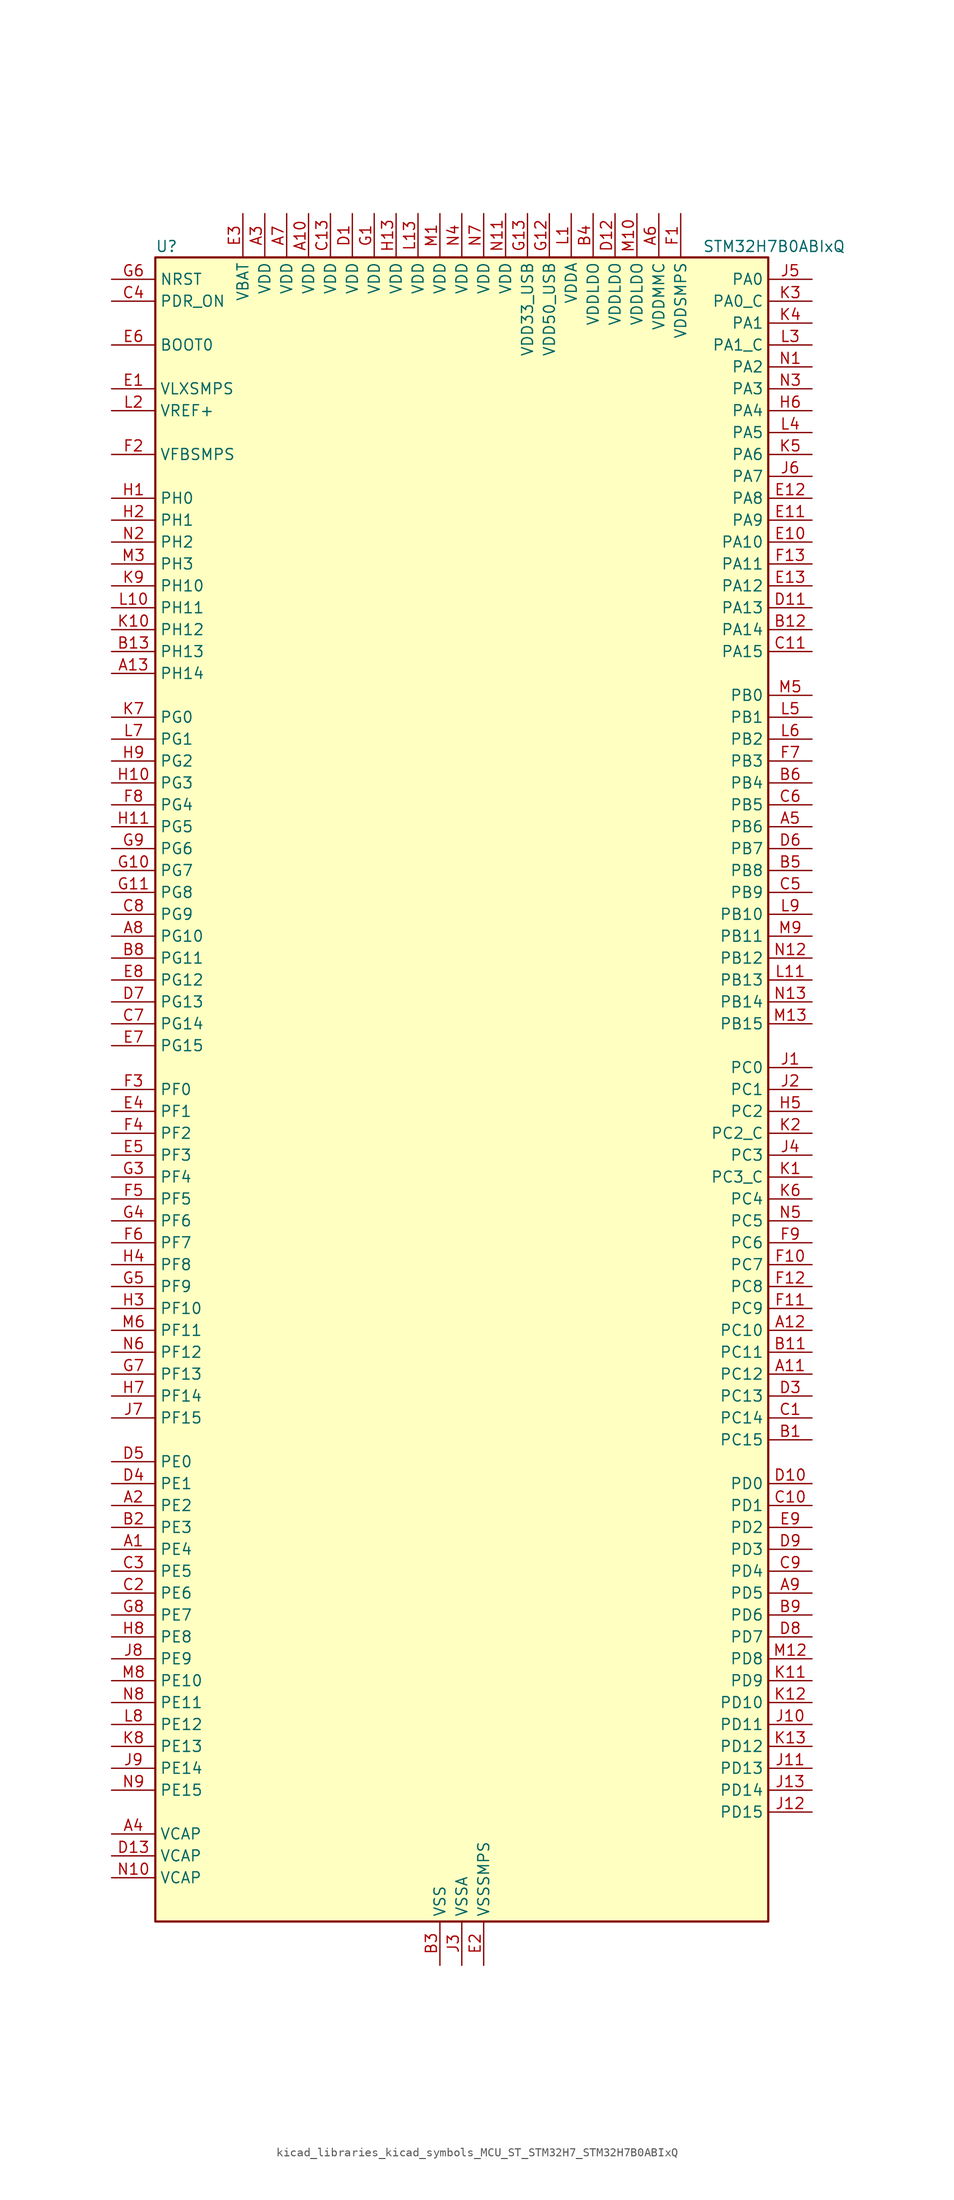
<source format=kicad_sym>
(kicad_symbol_lib
  (version 20220914)
  (generator kicad_symbol_editor)
  (symbol "kicad_libraries_kicad_symbols_MCU_ST_STM32H7_STM32H7B0ABIxQ"
    (property "Reference" "U"
      (at -35.56 97.79 0)
      (effects (font (size 1.27 1.27)) (justify left)))
    (property "Value" "STM32H7B0ABIxQ"
      (at 27.94 97.79 0)
      (effects (font (size 1.27 1.27)) (justify left)))
    (property "ki_locked" ""
      (at 0 0 0)
      (effects (font (size 1.27 1.27))))
    (symbol "kicad_libraries_kicad_symbols_MCU_ST_STM32H7_STM32H7B0ABIxQ_0_1"
      (rectangle (start -35.56 -96.52) (end 35.56 96.52) (stroke (width 0.254) (type default)) (fill (type background))))
    (symbol "kicad_libraries_kicad_symbols_MCU_ST_STM32H7_STM32H7B0ABIxQ_1_1"
      (pin bidirectional line (at -40.64 -53.34 0) (length 5.08) (name "PE4" (effects (font (size 1.27 1.27)))) (number "A1" (effects (font (size 1.27 1.27)))) (alternate "DCMI_D4" bidirectional line) (alternate "DEBUG_TRACED1" bidirectional line) (alternate "DFSDM1_DATIN3" bidirectional line) (alternate "FMC_A20" bidirectional line) (alternate "LTDC_B0" bidirectional line) (alternate "PSSI_D4" bidirectional line) (alternate "SAI1_D2" bidirectional line) (alternate "SAI1_FS_A" bidirectional line) (alternate "SPI4_NSS" bidirectional line) (alternate "TIM15_CH1N" bidirectional line))
      (pin power_in line (at -17.78 101.6 270) (length 5.08) (name "VDD" (effects (font (size 1.27 1.27)))) (number "A10" (effects (font (size 1.27 1.27)))))
      (pin bidirectional line (at 40.64 -33.02 180) (length 5.08) (name "PC12" (effects (font (size 1.27 1.27)))) (number "A11" (effects (font (size 1.27 1.27)))) (alternate "DCMI_D9" bidirectional line) (alternate "DEBUG_TRACED3" bidirectional line) (alternate "DFSDM2_CKOUT" bidirectional line) (alternate "I2S3_SDO" bidirectional line) (alternate "I2S6_CK" bidirectional line) (alternate "LTDC_R6" bidirectional line) (alternate "PSSI_D9" bidirectional line) (alternate "SDMMC1_CK" bidirectional line) (alternate "SPI3_MOSI" bidirectional line) (alternate "SPI6_SCK" bidirectional line) (alternate "TIM15_CH1" bidirectional line) (alternate "UART5_TX" bidirectional line) (alternate "USART3_CK" bidirectional line))
      (pin bidirectional line (at 40.64 -27.94 180) (length 5.08) (name "PC10" (effects (font (size 1.27 1.27)))) (number "A12" (effects (font (size 1.27 1.27)))) (alternate "DCMI_D8" bidirectional line) (alternate "DFSDM1_CKIN5" bidirectional line) (alternate "DFSDM2_CKIN0" bidirectional line) (alternate "I2S3_CK" bidirectional line) (alternate "LTDC_B1" bidirectional line) (alternate "LTDC_R2" bidirectional line) (alternate "OCTOSPIM_P1_IO1" bidirectional line) (alternate "PSSI_D8" bidirectional line) (alternate "SDMMC1_D2" bidirectional line) (alternate "SPI3_SCK" bidirectional line) (alternate "SWPMI1_RX" bidirectional line) (alternate "UART4_TX" bidirectional line) (alternate "USART3_TX" bidirectional line))
      (pin bidirectional line (at -40.64 48.26 0) (length 5.08) (name "PH14" (effects (font (size 1.27 1.27)))) (number "A13" (effects (font (size 1.27 1.27)))) (alternate "DCMI_D4" bidirectional line) (alternate "FDCAN1_RX" bidirectional line) (alternate "FMC_D22" bidirectional line) (alternate "LTDC_G3" bidirectional line) (alternate "PSSI_D4" bidirectional line) (alternate "TIM8_CH2N" bidirectional line) (alternate "UART4_RX" bidirectional line))
      (pin bidirectional line (at -40.64 -48.26 0) (length 5.08) (name "PE2" (effects (font (size 1.27 1.27)))) (number "A2" (effects (font (size 1.27 1.27)))) (alternate "DEBUG_TRACECLK" bidirectional line) (alternate "FMC_A23" bidirectional line) (alternate "OCTOSPIM_P1_IO2" bidirectional line) (alternate "SAI1_CK1" bidirectional line) (alternate "SAI1_MCLK_A" bidirectional line) (alternate "SPI4_SCK" bidirectional line) (alternate "USART10_RX" bidirectional line))
      (pin power_in line (at -22.86 101.6 270) (length 5.08) (name "VDD" (effects (font (size 1.27 1.27)))) (number "A3" (effects (font (size 1.27 1.27)))))
      (pin power_out line (at -40.64 -86.36 0) (length 5.08) (name "VCAP" (effects (font (size 1.27 1.27)))) (number "A4" (effects (font (size 1.27 1.27)))))
      (pin bidirectional line (at 40.64 30.48 180) (length 5.08) (name "PB6" (effects (font (size 1.27 1.27)))) (number "A5" (effects (font (size 1.27 1.27)))) (alternate "CEC" bidirectional line) (alternate "DCMI_D5" bidirectional line) (alternate "DFSDM1_DATIN5" bidirectional line) (alternate "FDCAN2_TX" bidirectional line) (alternate "FMC_SDNE1" bidirectional line) (alternate "I2C1_SCL" bidirectional line) (alternate "I2C4_SCL" bidirectional line) (alternate "LPUART1_TX" bidirectional line) (alternate "OCTOSPIM_P1_NCS" bidirectional line) (alternate "PSSI_D5" bidirectional line) (alternate "TIM16_CH1N" bidirectional line) (alternate "TIM4_CH1" bidirectional line) (alternate "UART5_TX" bidirectional line) (alternate "USART1_TX" bidirectional line))
      (pin power_in line (at 22.86 101.6 270) (length 5.08) (name "VDDMMC" (effects (font (size 1.27 1.27)))) (number "A6" (effects (font (size 1.27 1.27)))))
      (pin power_in line (at -20.32 101.6 270) (length 5.08) (name "VDD" (effects (font (size 1.27 1.27)))) (number "A7" (effects (font (size 1.27 1.27)))))
      (pin bidirectional line (at -40.64 17.78 0) (length 5.08) (name "PG10" (effects (font (size 1.27 1.27)))) (number "A8" (effects (font (size 1.27 1.27)))) (alternate "DCMI_D2" bidirectional line) (alternate "FMC_NE3" bidirectional line) (alternate "I2S1_WS" bidirectional line) (alternate "LTDC_B2" bidirectional line) (alternate "LTDC_G3" bidirectional line) (alternate "OCTOSPIM_P2_IO6" bidirectional line) (alternate "PSSI_D2" bidirectional line) (alternate "SAI2_SD_B" bidirectional line) (alternate "SDMMC2_D1" bidirectional line) (alternate "SPI1_NSS" bidirectional line))
      (pin bidirectional line (at 40.64 -58.42 180) (length 5.08) (name "PD5" (effects (font (size 1.27 1.27)))) (number "A9" (effects (font (size 1.27 1.27)))) (alternate "FMC_NWE" bidirectional line) (alternate "OCTOSPIM_P1_IO5" bidirectional line) (alternate "USART2_TX" bidirectional line))
      (pin bidirectional line (at 40.64 -40.64 180) (length 5.08) (name "PC15" (effects (font (size 1.27 1.27)))) (number "B1" (effects (font (size 1.27 1.27)))) (alternate "ADC1_EXTI15" bidirectional line) (alternate "ADC2_EXTI15" bidirectional line) (alternate "RCC_OSC32_OUT" bidirectional line))
      (pin passive line (at -2.54 -101.6 90) (length 5.08) hide (name "VSS" (effects (font (size 1.27 1.27)))) (number "B10" (effects (font (size 1.27 1.27)))))
      (pin bidirectional line (at 40.64 -30.48 180) (length 5.08) (name "PC11" (effects (font (size 1.27 1.27)))) (number "B11" (effects (font (size 1.27 1.27)))) (alternate "ADC1_EXTI11" bidirectional line) (alternate "ADC2_EXTI11" bidirectional line) (alternate "DCMI_D4" bidirectional line) (alternate "DFSDM1_DATIN5" bidirectional line) (alternate "DFSDM2_DATIN0" bidirectional line) (alternate "I2S3_SDI" bidirectional line) (alternate "LTDC_B4" bidirectional line) (alternate "OCTOSPIM_P1_NCS" bidirectional line) (alternate "PSSI_D4" bidirectional line) (alternate "SDMMC1_D3" bidirectional line) (alternate "SPI3_MISO" bidirectional line) (alternate "UART4_RX" bidirectional line) (alternate "USART3_RX" bidirectional line))
      (pin bidirectional line (at 40.64 53.34 180) (length 5.08) (name "PA14" (effects (font (size 1.27 1.27)))) (number "B12" (effects (font (size 1.27 1.27)))) (alternate "DEBUG_JTCK-SWCLK" bidirectional line))
      (pin bidirectional line (at -40.64 50.8 0) (length 5.08) (name "PH13" (effects (font (size 1.27 1.27)))) (number "B13" (effects (font (size 1.27 1.27)))) (alternate "FDCAN1_TX" bidirectional line) (alternate "FMC_D21" bidirectional line) (alternate "LTDC_G2" bidirectional line) (alternate "TIM8_CH1N" bidirectional line) (alternate "UART4_TX" bidirectional line))
      (pin bidirectional line (at -40.64 -50.8 0) (length 5.08) (name "PE3" (effects (font (size 1.27 1.27)))) (number "B2" (effects (font (size 1.27 1.27)))) (alternate "DEBUG_TRACED0" bidirectional line) (alternate "FMC_A19" bidirectional line) (alternate "SAI1_SD_B" bidirectional line) (alternate "TIM15_BKIN" bidirectional line) (alternate "USART10_TX" bidirectional line))
      (pin power_in line (at -2.54 -101.6 90) (length 5.08) (name "VSS" (effects (font (size 1.27 1.27)))) (number "B3" (effects (font (size 1.27 1.27)))))
      (pin power_in line (at 15.24 101.6 270) (length 5.08) (name "VDDLDO" (effects (font (size 1.27 1.27)))) (number "B4" (effects (font (size 1.27 1.27)))))
      (pin bidirectional line (at 40.64 25.4 180) (length 5.08) (name "PB8" (effects (font (size 1.27 1.27)))) (number "B5" (effects (font (size 1.27 1.27)))) (alternate "DCMI_D6" bidirectional line) (alternate "DFSDM1_CKIN7" bidirectional line) (alternate "FDCAN1_RX" bidirectional line) (alternate "I2C1_SCL" bidirectional line) (alternate "I2C4_SCL" bidirectional line) (alternate "LTDC_B6" bidirectional line) (alternate "PSSI_D6" bidirectional line) (alternate "SDMMC1_CKIN" bidirectional line) (alternate "SDMMC1_D4" bidirectional line) (alternate "SDMMC2_D4" bidirectional line) (alternate "TIM16_CH1" bidirectional line) (alternate "TIM4_CH3" bidirectional line) (alternate "UART4_RX" bidirectional line))
      (pin bidirectional line (at 40.64 35.56 180) (length 5.08) (name "PB4" (effects (font (size 1.27 1.27)))) (number "B6" (effects (font (size 1.27 1.27)))) (alternate "DEBUG_JTRST" bidirectional line) (alternate "I2S1_SDI" bidirectional line) (alternate "I2S2_WS" bidirectional line) (alternate "I2S3_SDI" bidirectional line) (alternate "I2S6_SDI" bidirectional line) (alternate "SDMMC2_D3" bidirectional line) (alternate "SPI1_MISO" bidirectional line) (alternate "SPI2_NSS" bidirectional line) (alternate "SPI3_MISO" bidirectional line) (alternate "SPI6_MISO" bidirectional line) (alternate "TIM16_BKIN" bidirectional line) (alternate "TIM3_CH1" bidirectional line) (alternate "UART7_TX" bidirectional line))
      (pin passive line (at -2.54 -101.6 90) (length 5.08) hide (name "VSS" (effects (font (size 1.27 1.27)))) (number "B7" (effects (font (size 1.27 1.27)))))
      (pin bidirectional line (at -40.64 15.24 0) (length 5.08) (name "PG11" (effects (font (size 1.27 1.27)))) (number "B8" (effects (font (size 1.27 1.27)))) (alternate "ADC1_EXTI11" bidirectional line) (alternate "ADC2_EXTI11" bidirectional line) (alternate "DCMI_D3" bidirectional line) (alternate "I2S1_CK" bidirectional line) (alternate "LPTIM1_IN2" bidirectional line) (alternate "LTDC_B3" bidirectional line) (alternate "OCTOSPIM_P2_IO7" bidirectional line) (alternate "PSSI_D3" bidirectional line) (alternate "SDMMC2_D2" bidirectional line) (alternate "SPDIFRX_IN0" bidirectional line) (alternate "SPI1_SCK" bidirectional line) (alternate "USART10_RX" bidirectional line))
      (pin bidirectional line (at 40.64 -60.96 180) (length 5.08) (name "PD6" (effects (font (size 1.27 1.27)))) (number "B9" (effects (font (size 1.27 1.27)))) (alternate "DCMI_D10" bidirectional line) (alternate "DFSDM1_CKIN4" bidirectional line) (alternate "DFSDM1_DATIN1" bidirectional line) (alternate "FMC_NWAIT" bidirectional line) (alternate "I2S3_SDO" bidirectional line) (alternate "LTDC_B2" bidirectional line) (alternate "OCTOSPIM_P1_IO6" bidirectional line) (alternate "PSSI_D10" bidirectional line) (alternate "SAI1_D1" bidirectional line) (alternate "SAI1_SD_A" bidirectional line) (alternate "SDMMC2_CK" bidirectional line) (alternate "SPI3_MOSI" bidirectional line) (alternate "USART2_RX" bidirectional line))
      (pin bidirectional line (at 40.64 -38.1 180) (length 5.08) (name "PC14" (effects (font (size 1.27 1.27)))) (number "C1" (effects (font (size 1.27 1.27)))) (alternate "RCC_OSC32_IN" bidirectional line))
      (pin bidirectional line (at 40.64 -48.26 180) (length 5.08) (name "PD1" (effects (font (size 1.27 1.27)))) (number "C10" (effects (font (size 1.27 1.27)))) (alternate "DFSDM1_DATIN6" bidirectional line) (alternate "FDCAN1_TX" bidirectional line) (alternate "FMC_D3" bidirectional line) (alternate "FMC_DA3" bidirectional line) (alternate "UART4_TX" bidirectional line))
      (pin bidirectional line (at 40.64 50.8 180) (length 5.08) (name "PA15" (effects (font (size 1.27 1.27)))) (number "C11" (effects (font (size 1.27 1.27)))) (alternate "ADC1_EXTI15" bidirectional line) (alternate "ADC2_EXTI15" bidirectional line) (alternate "CEC" bidirectional line) (alternate "DEBUG_JTDI" bidirectional line) (alternate "I2S1_WS" bidirectional line) (alternate "I2S3_WS" bidirectional line) (alternate "I2S6_WS" bidirectional line) (alternate "LTDC_B6" bidirectional line) (alternate "LTDC_R3" bidirectional line) (alternate "SPI1_NSS" bidirectional line) (alternate "SPI3_NSS" bidirectional line) (alternate "SPI6_NSS" bidirectional line) (alternate "TIM2_CH1" bidirectional line) (alternate "TIM2_ETR" bidirectional line) (alternate "UART4_DE" bidirectional line) (alternate "UART4_RTS" bidirectional line) (alternate "UART7_TX" bidirectional line))
      (pin passive line (at -2.54 -101.6 90) (length 5.08) hide (name "VSS" (effects (font (size 1.27 1.27)))) (number "C12" (effects (font (size 1.27 1.27)))))
      (pin power_in line (at -15.24 101.6 270) (length 5.08) (name "VDD" (effects (font (size 1.27 1.27)))) (number "C13" (effects (font (size 1.27 1.27)))))
      (pin bidirectional line (at -40.64 -58.42 0) (length 5.08) (name "PE6" (effects (font (size 1.27 1.27)))) (number "C2" (effects (font (size 1.27 1.27)))) (alternate "DCMI_D7" bidirectional line) (alternate "DEBUG_TRACED3" bidirectional line) (alternate "FMC_A22" bidirectional line) (alternate "LTDC_G1" bidirectional line) (alternate "PSSI_D7" bidirectional line) (alternate "SAI1_D1" bidirectional line) (alternate "SAI1_SD_A" bidirectional line) (alternate "SAI2_MCLK_B" bidirectional line) (alternate "SPI4_MOSI" bidirectional line) (alternate "TIM15_CH2" bidirectional line) (alternate "TIM1_BKIN2" bidirectional line) (alternate "TIM1_BKIN2_COMP1" bidirectional line) (alternate "TIM1_BKIN2_COMP2" bidirectional line))
      (pin bidirectional line (at -40.64 -55.88 0) (length 5.08) (name "PE5" (effects (font (size 1.27 1.27)))) (number "C3" (effects (font (size 1.27 1.27)))) (alternate "DCMI_D6" bidirectional line) (alternate "DEBUG_TRACED2" bidirectional line) (alternate "DFSDM1_CKIN3" bidirectional line) (alternate "FMC_A21" bidirectional line) (alternate "LTDC_G0" bidirectional line) (alternate "PSSI_D6" bidirectional line) (alternate "SAI1_CK2" bidirectional line) (alternate "SAI1_SCK_A" bidirectional line) (alternate "SPI4_MISO" bidirectional line) (alternate "TIM15_CH1" bidirectional line))
      (pin input line (at -40.64 91.44 0) (length 5.08) (name "PDR_ON" (effects (font (size 1.27 1.27)))) (number "C4" (effects (font (size 1.27 1.27)))))
      (pin bidirectional line (at 40.64 22.86 180) (length 5.08) (name "PB9" (effects (font (size 1.27 1.27)))) (number "C5" (effects (font (size 1.27 1.27)))) (alternate "DAC1_EXTI9" bidirectional line) (alternate "DCMI_D7" bidirectional line) (alternate "DFSDM1_DATIN7" bidirectional line) (alternate "FDCAN1_TX" bidirectional line) (alternate "I2C1_SDA" bidirectional line) (alternate "I2C4_SDA" bidirectional line) (alternate "I2C4_SMBA" bidirectional line) (alternate "I2S2_WS" bidirectional line) (alternate "LTDC_B7" bidirectional line) (alternate "PSSI_D7" bidirectional line) (alternate "SDMMC1_CDIR" bidirectional line) (alternate "SDMMC1_D5" bidirectional line) (alternate "SDMMC2_D5" bidirectional line) (alternate "SPI2_NSS" bidirectional line) (alternate "TIM17_CH1" bidirectional line) (alternate "TIM4_CH4" bidirectional line) (alternate "UART4_TX" bidirectional line))
      (pin bidirectional line (at 40.64 33.02 180) (length 5.08) (name "PB5" (effects (font (size 1.27 1.27)))) (number "C6" (effects (font (size 1.27 1.27)))) (alternate "DCMI_D10" bidirectional line) (alternate "FDCAN2_RX" bidirectional line) (alternate "FMC_SDCKE1" bidirectional line) (alternate "I2C1_SMBA" bidirectional line) (alternate "I2C4_SMBA" bidirectional line) (alternate "I2S1_SDO" bidirectional line) (alternate "I2S3_SDO" bidirectional line) (alternate "I2S6_SDO" bidirectional line) (alternate "LTDC_B5" bidirectional line) (alternate "PSSI_D10" bidirectional line) (alternate "SPI1_MOSI" bidirectional line) (alternate "SPI3_MOSI" bidirectional line) (alternate "SPI6_MOSI" bidirectional line) (alternate "TIM17_BKIN" bidirectional line) (alternate "TIM3_CH2" bidirectional line) (alternate "UART5_RX" bidirectional line) (alternate "USB_OTG_HS_ULPI_D7" bidirectional line))
      (pin bidirectional line (at -40.64 7.62 0) (length 5.08) (name "PG14" (effects (font (size 1.27 1.27)))) (number "C7" (effects (font (size 1.27 1.27)))) (alternate "DEBUG_TRACED1" bidirectional line) (alternate "FMC_A25" bidirectional line) (alternate "I2S6_SDO" bidirectional line) (alternate "LPTIM1_ETR" bidirectional line) (alternate "LTDC_B0" bidirectional line) (alternate "OCTOSPIM_P1_IO7" bidirectional line) (alternate "SDMMC2_D7" bidirectional line) (alternate "SPI6_MOSI" bidirectional line) (alternate "USART10_DE" bidirectional line) (alternate "USART10_RTS" bidirectional line) (alternate "USART6_TX" bidirectional line))
      (pin bidirectional line (at -40.64 20.32 0) (length 5.08) (name "PG9" (effects (font (size 1.27 1.27)))) (number "C8" (effects (font (size 1.27 1.27)))) (alternate "DAC1_EXTI9" bidirectional line) (alternate "DCMI_VSYNC" bidirectional line) (alternate "FMC_NCE" bidirectional line) (alternate "FMC_NE2" bidirectional line) (alternate "I2S1_SDI" bidirectional line) (alternate "OCTOSPIM_P1_IO6" bidirectional line) (alternate "PSSI_RDY" bidirectional line) (alternate "SAI2_FS_B" bidirectional line) (alternate "SDMMC2_D0" bidirectional line) (alternate "SPDIFRX_IN3" bidirectional line) (alternate "SPI1_MISO" bidirectional line) (alternate "USART6_RX" bidirectional line))
      (pin bidirectional line (at 40.64 -55.88 180) (length 5.08) (name "PD4" (effects (font (size 1.27 1.27)))) (number "C9" (effects (font (size 1.27 1.27)))) (alternate "FMC_NOE" bidirectional line) (alternate "OCTOSPIM_P1_IO4" bidirectional line) (alternate "USART2_DE" bidirectional line) (alternate "USART2_RTS" bidirectional line))
      (pin power_in line (at -12.7 101.6 270) (length 5.08) (name "VDD" (effects (font (size 1.27 1.27)))) (number "D1" (effects (font (size 1.27 1.27)))))
      (pin bidirectional line (at 40.64 -45.72 180) (length 5.08) (name "PD0" (effects (font (size 1.27 1.27)))) (number "D10" (effects (font (size 1.27 1.27)))) (alternate "DFSDM1_CKIN6" bidirectional line) (alternate "FDCAN1_RX" bidirectional line) (alternate "FMC_D2" bidirectional line) (alternate "FMC_DA2" bidirectional line) (alternate "LTDC_B1" bidirectional line) (alternate "UART4_RX" bidirectional line) (alternate "UART9_CTS" bidirectional line))
      (pin bidirectional line (at 40.64 55.88 180) (length 5.08) (name "PA13" (effects (font (size 1.27 1.27)))) (number "D11" (effects (font (size 1.27 1.27)))) (alternate "DEBUG_JTMS-SWDIO" bidirectional line))
      (pin power_in line (at 17.78 101.6 270) (length 5.08) (name "VDDLDO" (effects (font (size 1.27 1.27)))) (number "D12" (effects (font (size 1.27 1.27)))))
      (pin power_out line (at -40.64 -88.9 0) (length 5.08) (name "VCAP" (effects (font (size 1.27 1.27)))) (number "D13" (effects (font (size 1.27 1.27)))))
      (pin passive line (at -2.54 -101.6 90) (length 5.08) hide (name "VSS" (effects (font (size 1.27 1.27)))) (number "D2" (effects (font (size 1.27 1.27)))))
      (pin bidirectional line (at 40.64 -35.56 180) (length 5.08) (name "PC13" (effects (font (size 1.27 1.27)))) (number "D3" (effects (font (size 1.27 1.27)))) (alternate "PWR_WKUP4" bidirectional line) (alternate "RTC_OUT_ALARM" bidirectional line) (alternate "RTC_OUT_CALIB" bidirectional line) (alternate "RTC_TAMP1" bidirectional line) (alternate "RTC_TS" bidirectional line))
      (pin bidirectional line (at -40.64 -45.72 0) (length 5.08) (name "PE1" (effects (font (size 1.27 1.27)))) (number "D4" (effects (font (size 1.27 1.27)))) (alternate "DCMI_D3" bidirectional line) (alternate "FMC_NBL1" bidirectional line) (alternate "LPTIM1_IN2" bidirectional line) (alternate "LTDC_R6" bidirectional line) (alternate "PSSI_D3" bidirectional line) (alternate "UART8_TX" bidirectional line))
      (pin bidirectional line (at -40.64 -43.18 0) (length 5.08) (name "PE0" (effects (font (size 1.27 1.27)))) (number "D5" (effects (font (size 1.27 1.27)))) (alternate "DCMI_D2" bidirectional line) (alternate "FMC_NBL0" bidirectional line) (alternate "LPTIM1_ETR" bidirectional line) (alternate "LPTIM2_ETR" bidirectional line) (alternate "LTDC_R0" bidirectional line) (alternate "PSSI_D2" bidirectional line) (alternate "SAI2_MCLK_A" bidirectional line) (alternate "TIM4_ETR" bidirectional line) (alternate "UART8_RX" bidirectional line))
      (pin bidirectional line (at 40.64 27.94 180) (length 5.08) (name "PB7" (effects (font (size 1.27 1.27)))) (number "D6" (effects (font (size 1.27 1.27)))) (alternate "DCMI_VSYNC" bidirectional line) (alternate "DFSDM1_CKIN5" bidirectional line) (alternate "FMC_NL" bidirectional line) (alternate "I2C1_SDA" bidirectional line) (alternate "I2C4_SDA" bidirectional line) (alternate "LPUART1_RX" bidirectional line) (alternate "PSSI_RDY" bidirectional line) (alternate "PWR_PVD_IN" bidirectional line) (alternate "TIM17_CH1N" bidirectional line) (alternate "TIM4_CH2" bidirectional line) (alternate "USART1_RX" bidirectional line))
      (pin bidirectional line (at -40.64 10.16 0) (length 5.08) (name "PG13" (effects (font (size 1.27 1.27)))) (number "D7" (effects (font (size 1.27 1.27)))) (alternate "DEBUG_TRACED0" bidirectional line) (alternate "FMC_A24" bidirectional line) (alternate "I2S6_CK" bidirectional line) (alternate "LPTIM1_OUT" bidirectional line) (alternate "LTDC_R0" bidirectional line) (alternate "SDMMC2_D6" bidirectional line) (alternate "SPI6_SCK" bidirectional line) (alternate "USART10_CTS" bidirectional line) (alternate "USART10_NSS" bidirectional line) (alternate "USART6_CTS" bidirectional line) (alternate "USART6_NSS" bidirectional line))
      (pin bidirectional line (at 40.64 -63.5 180) (length 5.08) (name "PD7" (effects (font (size 1.27 1.27)))) (number "D8" (effects (font (size 1.27 1.27)))) (alternate "DFSDM1_CKIN1" bidirectional line) (alternate "DFSDM1_DATIN4" bidirectional line) (alternate "FMC_NE1" bidirectional line) (alternate "I2S1_SDO" bidirectional line) (alternate "OCTOSPIM_P1_IO7" bidirectional line) (alternate "SDMMC2_CMD" bidirectional line) (alternate "SPDIFRX_IN0" bidirectional line) (alternate "SPI1_MOSI" bidirectional line) (alternate "USART2_CK" bidirectional line))
      (pin bidirectional line (at 40.64 -53.34 180) (length 5.08) (name "PD3" (effects (font (size 1.27 1.27)))) (number "D9" (effects (font (size 1.27 1.27)))) (alternate "DCMI_D5" bidirectional line) (alternate "DFSDM1_CKOUT" bidirectional line) (alternate "FMC_CLK" bidirectional line) (alternate "I2S2_CK" bidirectional line) (alternate "LTDC_G7" bidirectional line) (alternate "PSSI_D5" bidirectional line) (alternate "SPI2_SCK" bidirectional line) (alternate "USART2_CTS" bidirectional line) (alternate "USART2_NSS" bidirectional line))
      (pin power_in line (at -40.64 81.28 0) (length 5.08) (name "VLXSMPS" (effects (font (size 1.27 1.27)))) (number "E1" (effects (font (size 1.27 1.27)))))
      (pin bidirectional line (at 40.64 63.5 180) (length 5.08) (name "PA10" (effects (font (size 1.27 1.27)))) (number "E10" (effects (font (size 1.27 1.27)))) (alternate "DCMI_D1" bidirectional line) (alternate "LPUART1_RX" bidirectional line) (alternate "LTDC_B1" bidirectional line) (alternate "LTDC_B4" bidirectional line) (alternate "MDIOS_MDIO" bidirectional line) (alternate "PSSI_D1" bidirectional line) (alternate "TIM1_CH3" bidirectional line) (alternate "USART1_RX" bidirectional line) (alternate "USB_OTG_HS_ID" bidirectional line))
      (pin bidirectional line (at 40.64 66.04 180) (length 5.08) (name "PA9" (effects (font (size 1.27 1.27)))) (number "E11" (effects (font (size 1.27 1.27)))) (alternate "DAC1_EXTI9" bidirectional line) (alternate "DCMI_D0" bidirectional line) (alternate "I2C3_SMBA" bidirectional line) (alternate "I2S2_CK" bidirectional line) (alternate "LPUART1_TX" bidirectional line) (alternate "LTDC_R5" bidirectional line) (alternate "PSSI_D0" bidirectional line) (alternate "SPI2_SCK" bidirectional line) (alternate "TIM1_CH2" bidirectional line) (alternate "USART1_TX" bidirectional line) (alternate "USB_OTG_HS_VBUS" bidirectional line))
      (pin bidirectional line (at 40.64 68.58 180) (length 5.08) (name "PA8" (effects (font (size 1.27 1.27)))) (number "E12" (effects (font (size 1.27 1.27)))) (alternate "I2C3_SCL" bidirectional line) (alternate "LTDC_B3" bidirectional line) (alternate "LTDC_R6" bidirectional line) (alternate "RCC_MCO_1" bidirectional line) (alternate "TIM1_CH1" bidirectional line) (alternate "TIM8_BKIN2" bidirectional line) (alternate "TIM8_BKIN2_COMP1" bidirectional line) (alternate "TIM8_BKIN2_COMP2" bidirectional line) (alternate "UART7_RX" bidirectional line) (alternate "USART1_CK" bidirectional line) (alternate "USB_OTG_HS_SOF" bidirectional line))
      (pin bidirectional line (at 40.64 58.42 180) (length 5.08) (name "PA12" (effects (font (size 1.27 1.27)))) (number "E13" (effects (font (size 1.27 1.27)))) (alternate "FDCAN1_TX" bidirectional line) (alternate "I2S2_CK" bidirectional line) (alternate "LPUART1_DE" bidirectional line) (alternate "LPUART1_RTS" bidirectional line) (alternate "LTDC_R5" bidirectional line) (alternate "SAI2_FS_B" bidirectional line) (alternate "SPI2_SCK" bidirectional line) (alternate "TIM1_ETR" bidirectional line) (alternate "UART4_TX" bidirectional line) (alternate "USART1_DE" bidirectional line) (alternate "USART1_RTS" bidirectional line) (alternate "USB_OTG_HS_DP" bidirectional line))
      (pin power_in line (at 2.54 -101.6 90) (length 5.08) (name "VSSSMPS" (effects (font (size 1.27 1.27)))) (number "E2" (effects (font (size 1.27 1.27)))))
      (pin power_in line (at -25.4 101.6 270) (length 5.08) (name "VBAT" (effects (font (size 1.27 1.27)))) (number "E3" (effects (font (size 1.27 1.27)))))
      (pin bidirectional line (at -40.64 -2.54 0) (length 5.08) (name "PF1" (effects (font (size 1.27 1.27)))) (number "E4" (effects (font (size 1.27 1.27)))) (alternate "FMC_A1" bidirectional line) (alternate "I2C2_SCL" bidirectional line) (alternate "OCTOSPIM_P2_IO1" bidirectional line))
      (pin bidirectional line (at -40.64 -7.62 0) (length 5.08) (name "PF3" (effects (font (size 1.27 1.27)))) (number "E5" (effects (font (size 1.27 1.27)))) (alternate "FMC_A3" bidirectional line) (alternate "OCTOSPIM_P2_IO3" bidirectional line))
      (pin input line (at -40.64 86.36 0) (length 5.08) (name "BOOT0" (effects (font (size 1.27 1.27)))) (number "E6" (effects (font (size 1.27 1.27)))))
      (pin bidirectional line (at -40.64 5.08 0) (length 5.08) (name "PG15" (effects (font (size 1.27 1.27)))) (number "E7" (effects (font (size 1.27 1.27)))) (alternate "ADC1_EXTI15" bidirectional line) (alternate "ADC2_EXTI15" bidirectional line) (alternate "DCMI_D13" bidirectional line) (alternate "FMC_SDNCAS" bidirectional line) (alternate "OCTOSPIM_P2_DQS" bidirectional line) (alternate "PSSI_D13" bidirectional line) (alternate "USART10_CK" bidirectional line) (alternate "USART6_CTS" bidirectional line) (alternate "USART6_NSS" bidirectional line))
      (pin bidirectional line (at -40.64 12.7 0) (length 5.08) (name "PG12" (effects (font (size 1.27 1.27)))) (number "E8" (effects (font (size 1.27 1.27)))) (alternate "FMC_NE4" bidirectional line) (alternate "I2S6_SDI" bidirectional line) (alternate "LPTIM1_IN1" bidirectional line) (alternate "LTDC_B1" bidirectional line) (alternate "LTDC_B4" bidirectional line) (alternate "OCTOSPIM_P2_NCS" bidirectional line) (alternate "SDMMC2_D3" bidirectional line) (alternate "SPDIFRX_IN1" bidirectional line) (alternate "SPI6_MISO" bidirectional line) (alternate "USART10_TX" bidirectional line) (alternate "USART6_DE" bidirectional line) (alternate "USART6_RTS" bidirectional line))
      (pin bidirectional line (at 40.64 -50.8 180) (length 5.08) (name "PD2" (effects (font (size 1.27 1.27)))) (number "E9" (effects (font (size 1.27 1.27)))) (alternate "DCMI_D11" bidirectional line) (alternate "DEBUG_TRACED2" bidirectional line) (alternate "LTDC_B2" bidirectional line) (alternate "LTDC_B7" bidirectional line) (alternate "PSSI_D11" bidirectional line) (alternate "SDMMC1_CMD" bidirectional line) (alternate "TIM15_BKIN" bidirectional line) (alternate "TIM3_ETR" bidirectional line) (alternate "UART5_RX" bidirectional line))
      (pin power_in line (at 25.4 101.6 270) (length 5.08) (name "VDDSMPS" (effects (font (size 1.27 1.27)))) (number "F1" (effects (font (size 1.27 1.27)))))
      (pin bidirectional line (at 40.64 -20.32 180) (length 5.08) (name "PC7" (effects (font (size 1.27 1.27)))) (number "F10" (effects (font (size 1.27 1.27)))) (alternate "DCMI_D1" bidirectional line) (alternate "DEBUG_TRGIO" bidirectional line) (alternate "DFSDM1_DATIN3" bidirectional line) (alternate "FMC_NE1" bidirectional line) (alternate "I2S3_MCK" bidirectional line) (alternate "LTDC_G6" bidirectional line) (alternate "PSSI_D1" bidirectional line) (alternate "SDMMC1_D123DIR" bidirectional line) (alternate "SDMMC1_D7" bidirectional line) (alternate "SDMMC2_D7" bidirectional line) (alternate "SWPMI1_TX" bidirectional line) (alternate "TIM3_CH2" bidirectional line) (alternate "TIM8_CH2" bidirectional line) (alternate "USART6_RX" bidirectional line))
      (pin bidirectional line (at 40.64 -25.4 180) (length 5.08) (name "PC9" (effects (font (size 1.27 1.27)))) (number "F11" (effects (font (size 1.27 1.27)))) (alternate "DAC1_EXTI9" bidirectional line) (alternate "DCMI_D3" bidirectional line) (alternate "I2C3_SDA" bidirectional line) (alternate "I2S_CKIN" bidirectional line) (alternate "LTDC_B2" bidirectional line) (alternate "LTDC_G3" bidirectional line) (alternate "OCTOSPIM_P1_IO0" bidirectional line) (alternate "PSSI_D3" bidirectional line) (alternate "RCC_MCO_2" bidirectional line) (alternate "SDMMC1_D1" bidirectional line) (alternate "SWPMI1_SUSPEND" bidirectional line) (alternate "TIM3_CH4" bidirectional line) (alternate "TIM8_CH4" bidirectional line) (alternate "UART5_CTS" bidirectional line))
      (pin bidirectional line (at 40.64 -22.86 180) (length 5.08) (name "PC8" (effects (font (size 1.27 1.27)))) (number "F12" (effects (font (size 1.27 1.27)))) (alternate "DCMI_D2" bidirectional line) (alternate "DEBUG_TRACED1" bidirectional line) (alternate "FMC_INT" bidirectional line) (alternate "FMC_NCE" bidirectional line) (alternate "FMC_NE2" bidirectional line) (alternate "PSSI_D2" bidirectional line) (alternate "SDMMC1_D0" bidirectional line) (alternate "SWPMI1_RX" bidirectional line) (alternate "TIM3_CH3" bidirectional line) (alternate "TIM8_CH3" bidirectional line) (alternate "UART5_DE" bidirectional line) (alternate "UART5_RTS" bidirectional line) (alternate "USART6_CK" bidirectional line))
      (pin bidirectional line (at 40.64 60.96 180) (length 5.08) (name "PA11" (effects (font (size 1.27 1.27)))) (number "F13" (effects (font (size 1.27 1.27)))) (alternate "ADC1_EXTI11" bidirectional line) (alternate "ADC2_EXTI11" bidirectional line) (alternate "FDCAN1_RX" bidirectional line) (alternate "I2S2_WS" bidirectional line) (alternate "LPUART1_CTS" bidirectional line) (alternate "LTDC_R4" bidirectional line) (alternate "SPI2_NSS" bidirectional line) (alternate "TIM1_CH4" bidirectional line) (alternate "UART4_RX" bidirectional line) (alternate "USART1_CTS" bidirectional line) (alternate "USART1_NSS" bidirectional line) (alternate "USB_OTG_HS_DM" bidirectional line))
      (pin input line (at -40.64 73.66 0) (length 5.08) (name "VFBSMPS" (effects (font (size 1.27 1.27)))) (number "F2" (effects (font (size 1.27 1.27)))))
      (pin bidirectional line (at -40.64 0 0) (length 5.08) (name "PF0" (effects (font (size 1.27 1.27)))) (number "F3" (effects (font (size 1.27 1.27)))) (alternate "FMC_A0" bidirectional line) (alternate "I2C2_SDA" bidirectional line) (alternate "OCTOSPIM_P2_IO0" bidirectional line))
      (pin bidirectional line (at -40.64 -5.08 0) (length 5.08) (name "PF2" (effects (font (size 1.27 1.27)))) (number "F4" (effects (font (size 1.27 1.27)))) (alternate "FMC_A2" bidirectional line) (alternate "I2C2_SMBA" bidirectional line) (alternate "OCTOSPIM_P2_IO2" bidirectional line))
      (pin bidirectional line (at -40.64 -12.7 0) (length 5.08) (name "PF5" (effects (font (size 1.27 1.27)))) (number "F5" (effects (font (size 1.27 1.27)))) (alternate "FMC_A5" bidirectional line) (alternate "OCTOSPIM_P2_NCLK" bidirectional line))
      (pin bidirectional line (at -40.64 -17.78 0) (length 5.08) (name "PF7" (effects (font (size 1.27 1.27)))) (number "F6" (effects (font (size 1.27 1.27)))) (alternate "OCTOSPIM_P1_IO2" bidirectional line) (alternate "SAI1_MCLK_B" bidirectional line) (alternate "SPI5_SCK" bidirectional line) (alternate "TIM17_CH1" bidirectional line) (alternate "UART7_TX" bidirectional line))
      (pin bidirectional line (at 40.64 38.1 180) (length 5.08) (name "PB3" (effects (font (size 1.27 1.27)))) (number "F7" (effects (font (size 1.27 1.27)))) (alternate "CRS_SYNC" bidirectional line) (alternate "DEBUG_JTDO-SWO" bidirectional line) (alternate "I2S1_CK" bidirectional line) (alternate "I2S3_CK" bidirectional line) (alternate "I2S6_CK" bidirectional line) (alternate "SDMMC2_D2" bidirectional line) (alternate "SPI1_SCK" bidirectional line) (alternate "SPI3_SCK" bidirectional line) (alternate "SPI6_SCK" bidirectional line) (alternate "TIM2_CH2" bidirectional line) (alternate "UART7_RX" bidirectional line))
      (pin bidirectional line (at -40.64 33.02 0) (length 5.08) (name "PG4" (effects (font (size 1.27 1.27)))) (number "F8" (effects (font (size 1.27 1.27)))) (alternate "FMC_A14" bidirectional line) (alternate "FMC_BA0" bidirectional line) (alternate "TIM1_BKIN2" bidirectional line) (alternate "TIM1_BKIN2_COMP1" bidirectional line) (alternate "TIM1_BKIN2_COMP2" bidirectional line))
      (pin bidirectional line (at 40.64 -17.78 180) (length 5.08) (name "PC6" (effects (font (size 1.27 1.27)))) (number "F9" (effects (font (size 1.27 1.27)))) (alternate "DCMI_D0" bidirectional line) (alternate "DFSDM1_CKIN3" bidirectional line) (alternate "FMC_NWAIT" bidirectional line) (alternate "I2S2_MCK" bidirectional line) (alternate "LTDC_HSYNC" bidirectional line) (alternate "PSSI_D0" bidirectional line) (alternate "SDMMC1_D0DIR" bidirectional line) (alternate "SDMMC1_D6" bidirectional line) (alternate "SDMMC2_D6" bidirectional line) (alternate "SWPMI1_IO" bidirectional line) (alternate "TIM3_CH1" bidirectional line) (alternate "TIM8_CH1" bidirectional line) (alternate "USART6_TX" bidirectional line))
      (pin power_in line (at -10.16 101.6 270) (length 5.08) (name "VDD" (effects (font (size 1.27 1.27)))) (number "G1" (effects (font (size 1.27 1.27)))))
      (pin bidirectional line (at -40.64 25.4 0) (length 5.08) (name "PG7" (effects (font (size 1.27 1.27)))) (number "G10" (effects (font (size 1.27 1.27)))) (alternate "DCMI_D13" bidirectional line) (alternate "FMC_INT" bidirectional line) (alternate "LTDC_CLK" bidirectional line) (alternate "OCTOSPIM_P2_DQS" bidirectional line) (alternate "PSSI_D13" bidirectional line) (alternate "SAI1_MCLK_A" bidirectional line) (alternate "USART6_CK" bidirectional line))
      (pin bidirectional line (at -40.64 22.86 0) (length 5.08) (name "PG8" (effects (font (size 1.27 1.27)))) (number "G11" (effects (font (size 1.27 1.27)))) (alternate "FMC_SDCLK" bidirectional line) (alternate "I2S6_WS" bidirectional line) (alternate "LTDC_G7" bidirectional line) (alternate "SPDIFRX_IN2" bidirectional line) (alternate "SPI6_NSS" bidirectional line) (alternate "TIM8_ETR" bidirectional line) (alternate "USART6_DE" bidirectional line) (alternate "USART6_RTS" bidirectional line))
      (pin power_in line (at 10.16 101.6 270) (length 5.08) (name "VDD50_USB" (effects (font (size 1.27 1.27)))) (number "G12" (effects (font (size 1.27 1.27)))))
      (pin power_in line (at 7.62 101.6 270) (length 5.08) (name "VDD33_USB" (effects (font (size 1.27 1.27)))) (number "G13" (effects (font (size 1.27 1.27)))))
      (pin passive line (at -2.54 -101.6 90) (length 5.08) hide (name "VSS" (effects (font (size 1.27 1.27)))) (number "G2" (effects (font (size 1.27 1.27)))))
      (pin bidirectional line (at -40.64 -10.16 0) (length 5.08) (name "PF4" (effects (font (size 1.27 1.27)))) (number "G3" (effects (font (size 1.27 1.27)))) (alternate "FMC_A4" bidirectional line) (alternate "OCTOSPIM_P2_CLK" bidirectional line))
      (pin bidirectional line (at -40.64 -15.24 0) (length 5.08) (name "PF6" (effects (font (size 1.27 1.27)))) (number "G4" (effects (font (size 1.27 1.27)))) (alternate "OCTOSPIM_P1_IO3" bidirectional line) (alternate "SAI1_SD_B" bidirectional line) (alternate "SPI5_NSS" bidirectional line) (alternate "TIM16_CH1" bidirectional line) (alternate "UART7_RX" bidirectional line))
      (pin bidirectional line (at -40.64 -22.86 0) (length 5.08) (name "PF9" (effects (font (size 1.27 1.27)))) (number "G5" (effects (font (size 1.27 1.27)))) (alternate "DAC1_EXTI9" bidirectional line) (alternate "OCTOSPIM_P1_IO1" bidirectional line) (alternate "SAI1_FS_B" bidirectional line) (alternate "SPI5_MOSI" bidirectional line) (alternate "TIM14_CH1" bidirectional line) (alternate "TIM17_CH1N" bidirectional line) (alternate "UART7_CTS" bidirectional line))
      (pin input line (at -40.64 93.98 0) (length 5.08) (name "NRST" (effects (font (size 1.27 1.27)))) (number "G6" (effects (font (size 1.27 1.27)))))
      (pin bidirectional line (at -40.64 -33.02 0) (length 5.08) (name "PF13" (effects (font (size 1.27 1.27)))) (number "G7" (effects (font (size 1.27 1.27)))) (alternate "ADC2_INP2" bidirectional line) (alternate "DFSDM1_DATIN6" bidirectional line) (alternate "FMC_A7" bidirectional line) (alternate "I2C4_SMBA" bidirectional line))
      (pin bidirectional line (at -40.64 -60.96 0) (length 5.08) (name "PE7" (effects (font (size 1.27 1.27)))) (number "G8" (effects (font (size 1.27 1.27)))) (alternate "COMP2_INM" bidirectional line) (alternate "DFSDM1_DATIN2" bidirectional line) (alternate "FMC_D4" bidirectional line) (alternate "FMC_DA4" bidirectional line) (alternate "OCTOSPIM_P1_IO4" bidirectional line) (alternate "OPAMP2_VOUT" bidirectional line) (alternate "TIM1_ETR" bidirectional line) (alternate "UART7_RX" bidirectional line))
      (pin bidirectional line (at -40.64 27.94 0) (length 5.08) (name "PG6" (effects (font (size 1.27 1.27)))) (number "G9" (effects (font (size 1.27 1.27)))) (alternate "DCMI_D12" bidirectional line) (alternate "FMC_NE3" bidirectional line) (alternate "LTDC_R7" bidirectional line) (alternate "OCTOSPIM_P1_NCS" bidirectional line) (alternate "PSSI_D12" bidirectional line) (alternate "TIM17_BKIN" bidirectional line))
      (pin bidirectional line (at -40.64 68.58 0) (length 5.08) (name "PH0" (effects (font (size 1.27 1.27)))) (number "H1" (effects (font (size 1.27 1.27)))) (alternate "RCC_OSC_IN" bidirectional line))
      (pin bidirectional line (at -40.64 35.56 0) (length 5.08) (name "PG3" (effects (font (size 1.27 1.27)))) (number "H10" (effects (font (size 1.27 1.27)))) (alternate "FMC_A13" bidirectional line) (alternate "TIM8_BKIN2" bidirectional line) (alternate "TIM8_BKIN2_COMP1" bidirectional line) (alternate "TIM8_BKIN2_COMP2" bidirectional line))
      (pin bidirectional line (at -40.64 30.48 0) (length 5.08) (name "PG5" (effects (font (size 1.27 1.27)))) (number "H11" (effects (font (size 1.27 1.27)))) (alternate "FMC_A15" bidirectional line) (alternate "FMC_BA1" bidirectional line) (alternate "TIM1_ETR" bidirectional line))
      (pin passive line (at -2.54 -101.6 90) (length 5.08) hide (name "VSS" (effects (font (size 1.27 1.27)))) (number "H12" (effects (font (size 1.27 1.27)))))
      (pin power_in line (at -7.62 101.6 270) (length 5.08) (name "VDD" (effects (font (size 1.27 1.27)))) (number "H13" (effects (font (size 1.27 1.27)))))
      (pin bidirectional line (at -40.64 66.04 0) (length 5.08) (name "PH1" (effects (font (size 1.27 1.27)))) (number "H2" (effects (font (size 1.27 1.27)))) (alternate "RCC_OSC_OUT" bidirectional line))
      (pin bidirectional line (at -40.64 -25.4 0) (length 5.08) (name "PF10" (effects (font (size 1.27 1.27)))) (number "H3" (effects (font (size 1.27 1.27)))) (alternate "DCMI_D11" bidirectional line) (alternate "LTDC_DE" bidirectional line) (alternate "OCTOSPIM_P1_CLK" bidirectional line) (alternate "PSSI_D11" bidirectional line) (alternate "PSSI_D15" bidirectional line) (alternate "SAI1_D3" bidirectional line) (alternate "TIM16_BKIN" bidirectional line))
      (pin bidirectional line (at -40.64 -20.32 0) (length 5.08) (name "PF8" (effects (font (size 1.27 1.27)))) (number "H4" (effects (font (size 1.27 1.27)))) (alternate "OCTOSPIM_P1_IO0" bidirectional line) (alternate "SAI1_SCK_B" bidirectional line) (alternate "SPI5_MISO" bidirectional line) (alternate "TIM13_CH1" bidirectional line) (alternate "TIM16_CH1N" bidirectional line) (alternate "UART7_DE" bidirectional line) (alternate "UART7_RTS" bidirectional line))
      (pin bidirectional line (at 40.64 -2.54 180) (length 5.08) (name "PC2" (effects (font (size 1.27 1.27)))) (number "H5" (effects (font (size 1.27 1.27)))) (alternate "ADC1_INN11" bidirectional line) (alternate "ADC1_INP12" bidirectional line) (alternate "ADC2_INN11" bidirectional line) (alternate "ADC2_INP12" bidirectional line) (alternate "DFSDM1_CKIN1" bidirectional line) (alternate "DFSDM1_CKOUT" bidirectional line) (alternate "FMC_SDNE0" bidirectional line) (alternate "I2S2_SDI" bidirectional line) (alternate "OCTOSPIM_P1_IO2" bidirectional line) (alternate "OCTOSPIM_P1_IO5" bidirectional line) (alternate "PWR_CSTOP" bidirectional line) (alternate "SPI2_MISO" bidirectional line) (alternate "USB_OTG_HS_ULPI_DIR" bidirectional line))
      (pin bidirectional line (at 40.64 78.74 180) (length 5.08) (name "PA4" (effects (font (size 1.27 1.27)))) (number "H6" (effects (font (size 1.27 1.27)))) (alternate "ADC1_INP18" bidirectional line) (alternate "DAC1_OUT1" bidirectional line) (alternate "DCMI_HSYNC" bidirectional line) (alternate "I2S1_WS" bidirectional line) (alternate "I2S3_WS" bidirectional line) (alternate "I2S6_WS" bidirectional line) (alternate "LTDC_VSYNC" bidirectional line) (alternate "PSSI_DE" bidirectional line) (alternate "SPI1_NSS" bidirectional line) (alternate "SPI3_NSS" bidirectional line) (alternate "SPI6_NSS" bidirectional line) (alternate "TIM5_ETR" bidirectional line) (alternate "USART2_CK" bidirectional line))
      (pin bidirectional line (at -40.64 -35.56 0) (length 5.08) (name "PF14" (effects (font (size 1.27 1.27)))) (number "H7" (effects (font (size 1.27 1.27)))) (alternate "ADC2_INN2" bidirectional line) (alternate "ADC2_INP6" bidirectional line) (alternate "DFSDM1_CKIN6" bidirectional line) (alternate "FMC_A8" bidirectional line) (alternate "I2C4_SCL" bidirectional line))
      (pin bidirectional line (at -40.64 -63.5 0) (length 5.08) (name "PE8" (effects (font (size 1.27 1.27)))) (number "H8" (effects (font (size 1.27 1.27)))) (alternate "COMP2_OUT" bidirectional line) (alternate "DFSDM1_CKIN2" bidirectional line) (alternate "FMC_D5" bidirectional line) (alternate "FMC_DA5" bidirectional line) (alternate "OCTOSPIM_P1_IO5" bidirectional line) (alternate "OPAMP2_VINM" bidirectional line) (alternate "TIM1_CH1N" bidirectional line) (alternate "UART7_TX" bidirectional line))
      (pin bidirectional line (at -40.64 38.1 0) (length 5.08) (name "PG2" (effects (font (size 1.27 1.27)))) (number "H9" (effects (font (size 1.27 1.27)))) (alternate "FMC_A12" bidirectional line) (alternate "TIM8_BKIN" bidirectional line) (alternate "TIM8_BKIN_COMP1" bidirectional line) (alternate "TIM8_BKIN_COMP2" bidirectional line))
      (pin bidirectional line (at 40.64 2.54 180) (length 5.08) (name "PC0" (effects (font (size 1.27 1.27)))) (number "J1" (effects (font (size 1.27 1.27)))) (alternate "ADC1_INP10" bidirectional line) (alternate "ADC2_INP10" bidirectional line) (alternate "DFSDM1_CKIN0" bidirectional line) (alternate "DFSDM1_DATIN4" bidirectional line) (alternate "FMC_A25" bidirectional line) (alternate "FMC_SDNWE" bidirectional line) (alternate "LTDC_G2" bidirectional line) (alternate "LTDC_R5" bidirectional line) (alternate "SAI2_FS_B" bidirectional line) (alternate "USB_OTG_HS_ULPI_STP" bidirectional line))
      (pin bidirectional line (at 40.64 -73.66 180) (length 5.08) (name "PD11" (effects (font (size 1.27 1.27)))) (number "J10" (effects (font (size 1.27 1.27)))) (alternate "ADC1_EXTI11" bidirectional line) (alternate "ADC2_EXTI11" bidirectional line) (alternate "FMC_A16" bidirectional line) (alternate "FMC_CLE" bidirectional line) (alternate "I2C4_SMBA" bidirectional line) (alternate "LPTIM2_IN2" bidirectional line) (alternate "OCTOSPIM_P1_IO0" bidirectional line) (alternate "SAI2_SD_A" bidirectional line) (alternate "USART3_CTS" bidirectional line) (alternate "USART3_NSS" bidirectional line))
      (pin bidirectional line (at 40.64 -78.74 180) (length 5.08) (name "PD13" (effects (font (size 1.27 1.27)))) (number "J11" (effects (font (size 1.27 1.27)))) (alternate "DCMI_D13" bidirectional line) (alternate "FMC_A18" bidirectional line) (alternate "I2C4_SDA" bidirectional line) (alternate "LPTIM1_OUT" bidirectional line) (alternate "OCTOSPIM_P1_IO3" bidirectional line) (alternate "PSSI_D13" bidirectional line) (alternate "SAI2_SCK_A" bidirectional line) (alternate "TIM4_CH2" bidirectional line) (alternate "UART9_DE" bidirectional line) (alternate "UART9_RTS" bidirectional line))
      (pin bidirectional line (at 40.64 -83.82 180) (length 5.08) (name "PD15" (effects (font (size 1.27 1.27)))) (number "J12" (effects (font (size 1.27 1.27)))) (alternate "ADC1_EXTI15" bidirectional line) (alternate "ADC2_EXTI15" bidirectional line) (alternate "FMC_D1" bidirectional line) (alternate "FMC_DA1" bidirectional line) (alternate "TIM4_CH4" bidirectional line) (alternate "UART8_DE" bidirectional line) (alternate "UART8_RTS" bidirectional line) (alternate "UART9_TX" bidirectional line))
      (pin bidirectional line (at 40.64 -81.28 180) (length 5.08) (name "PD14" (effects (font (size 1.27 1.27)))) (number "J13" (effects (font (size 1.27 1.27)))) (alternate "FMC_D0" bidirectional line) (alternate "FMC_DA0" bidirectional line) (alternate "TIM4_CH3" bidirectional line) (alternate "UART8_CTS" bidirectional line) (alternate "UART9_RX" bidirectional line))
      (pin bidirectional line (at 40.64 0 180) (length 5.08) (name "PC1" (effects (font (size 1.27 1.27)))) (number "J2" (effects (font (size 1.27 1.27)))) (alternate "ADC1_INN10" bidirectional line) (alternate "ADC1_INP11" bidirectional line) (alternate "ADC2_INN10" bidirectional line) (alternate "ADC2_INP11" bidirectional line) (alternate "DEBUG_TRACED0" bidirectional line) (alternate "DFSDM1_CKIN4" bidirectional line) (alternate "DFSDM1_DATIN0" bidirectional line) (alternate "I2S2_SDO" bidirectional line) (alternate "LTDC_G5" bidirectional line) (alternate "MDIOS_MDC" bidirectional line) (alternate "OCTOSPIM_P1_IO4" bidirectional line) (alternate "PWR_WKUP6" bidirectional line) (alternate "RTC_TAMP3" bidirectional line) (alternate "SAI1_D1" bidirectional line) (alternate "SAI1_SD_A" bidirectional line) (alternate "SDMMC2_CK" bidirectional line) (alternate "SPI2_MOSI" bidirectional line))
      (pin power_in line (at 0 -101.6 90) (length 5.08) (name "VSSA" (effects (font (size 1.27 1.27)))) (number "J3" (effects (font (size 1.27 1.27)))))
      (pin bidirectional line (at 40.64 -7.62 180) (length 5.08) (name "PC3" (effects (font (size 1.27 1.27)))) (number "J4" (effects (font (size 1.27 1.27)))) (alternate "ADC1_INN12" bidirectional line) (alternate "ADC1_INP13" bidirectional line) (alternate "ADC2_INN12" bidirectional line) (alternate "ADC2_INP13" bidirectional line) (alternate "DFSDM1_DATIN1" bidirectional line) (alternate "FMC_SDCKE0" bidirectional line) (alternate "I2S2_SDO" bidirectional line) (alternate "OCTOSPIM_P1_IO0" bidirectional line) (alternate "OCTOSPIM_P1_IO6" bidirectional line) (alternate "PWR_CSLEEP" bidirectional line) (alternate "SPI2_MOSI" bidirectional line) (alternate "USB_OTG_HS_ULPI_NXT" bidirectional line))
      (pin bidirectional line (at 40.64 93.98 180) (length 5.08) (name "PA0" (effects (font (size 1.27 1.27)))) (number "J5" (effects (font (size 1.27 1.27)))) (alternate "ADC1_INP16" bidirectional line) (alternate "I2S6_WS" bidirectional line) (alternate "PWR_WKUP1" bidirectional line) (alternate "SAI2_SD_B" bidirectional line) (alternate "SDMMC2_CMD" bidirectional line) (alternate "SPI6_NSS" bidirectional line) (alternate "TIM15_BKIN" bidirectional line) (alternate "TIM2_CH1" bidirectional line) (alternate "TIM2_ETR" bidirectional line) (alternate "TIM5_CH1" bidirectional line) (alternate "TIM8_ETR" bidirectional line) (alternate "UART4_TX" bidirectional line) (alternate "USART2_CTS" bidirectional line) (alternate "USART2_NSS" bidirectional line))
      (pin bidirectional line (at 40.64 71.12 180) (length 5.08) (name "PA7" (effects (font (size 1.27 1.27)))) (number "J6" (effects (font (size 1.27 1.27)))) (alternate "ADC1_INN3" bidirectional line) (alternate "ADC1_INP7" bidirectional line) (alternate "ADC2_INN3" bidirectional line) (alternate "ADC2_INP7" bidirectional line) (alternate "DFSDM2_DATIN1" bidirectional line) (alternate "FMC_SDNWE" bidirectional line) (alternate "I2S1_SDO" bidirectional line) (alternate "I2S6_SDO" bidirectional line) (alternate "LTDC_VSYNC" bidirectional line) (alternate "OCTOSPIM_P1_IO2" bidirectional line) (alternate "OPAMP1_VINM" bidirectional line) (alternate "SPI1_MOSI" bidirectional line) (alternate "SPI6_MOSI" bidirectional line) (alternate "TIM14_CH1" bidirectional line) (alternate "TIM1_CH1N" bidirectional line) (alternate "TIM3_CH2" bidirectional line) (alternate "TIM8_CH1N" bidirectional line))
      (pin bidirectional line (at -40.64 -38.1 0) (length 5.08) (name "PF15" (effects (font (size 1.27 1.27)))) (number "J7" (effects (font (size 1.27 1.27)))) (alternate "ADC1_EXTI15" bidirectional line) (alternate "ADC2_EXTI15" bidirectional line) (alternate "FMC_A9" bidirectional line) (alternate "I2C4_SDA" bidirectional line))
      (pin bidirectional line (at -40.64 -66.04 0) (length 5.08) (name "PE9" (effects (font (size 1.27 1.27)))) (number "J8" (effects (font (size 1.27 1.27)))) (alternate "COMP2_INP" bidirectional line) (alternate "DAC1_EXTI9" bidirectional line) (alternate "DFSDM1_CKOUT" bidirectional line) (alternate "FMC_D6" bidirectional line) (alternate "FMC_DA6" bidirectional line) (alternate "OCTOSPIM_P1_IO6" bidirectional line) (alternate "OPAMP2_VINP" bidirectional line) (alternate "TIM1_CH1" bidirectional line) (alternate "UART7_DE" bidirectional line) (alternate "UART7_RTS" bidirectional line))
      (pin bidirectional line (at -40.64 -78.74 0) (length 5.08) (name "PE14" (effects (font (size 1.27 1.27)))) (number "J9" (effects (font (size 1.27 1.27)))) (alternate "FMC_D11" bidirectional line) (alternate "FMC_DA11" bidirectional line) (alternate "LTDC_CLK" bidirectional line) (alternate "SAI2_MCLK_B" bidirectional line) (alternate "SPI4_MOSI" bidirectional line) (alternate "TIM1_CH4" bidirectional line))
      (pin bidirectional line (at 40.64 -10.16 180) (length 5.08) (name "PC3_C" (effects (font (size 1.27 1.27)))) (number "K1" (effects (font (size 1.27 1.27)))) (alternate "ADC2_INP1" bidirectional line) (alternate "DFSDM1_DATIN1" bidirectional line) (alternate "FMC_SDCKE0" bidirectional line) (alternate "I2S2_SDO" bidirectional line) (alternate "OCTOSPIM_P1_IO0" bidirectional line) (alternate "OCTOSPIM_P1_IO6" bidirectional line) (alternate "PWR_CSLEEP" bidirectional line) (alternate "SPI2_MOSI" bidirectional line) (alternate "USB_OTG_HS_ULPI_NXT" bidirectional line))
      (pin bidirectional line (at -40.64 53.34 0) (length 5.08) (name "PH12" (effects (font (size 1.27 1.27)))) (number "K10" (effects (font (size 1.27 1.27)))) (alternate "DCMI_D3" bidirectional line) (alternate "FMC_D20" bidirectional line) (alternate "I2C4_SDA" bidirectional line) (alternate "LTDC_R6" bidirectional line) (alternate "PSSI_D3" bidirectional line) (alternate "TIM5_CH3" bidirectional line))
      (pin bidirectional line (at 40.64 -68.58 180) (length 5.08) (name "PD9" (effects (font (size 1.27 1.27)))) (number "K11" (effects (font (size 1.27 1.27)))) (alternate "DAC1_EXTI9" bidirectional line) (alternate "DFSDM1_DATIN3" bidirectional line) (alternate "FMC_D14" bidirectional line) (alternate "FMC_DA14" bidirectional line) (alternate "USART3_RX" bidirectional line))
      (pin bidirectional line (at 40.64 -71.12 180) (length 5.08) (name "PD10" (effects (font (size 1.27 1.27)))) (number "K12" (effects (font (size 1.27 1.27)))) (alternate "DFSDM1_CKOUT" bidirectional line) (alternate "DFSDM2_CKOUT" bidirectional line) (alternate "FMC_D15" bidirectional line) (alternate "FMC_DA15" bidirectional line) (alternate "LTDC_B3" bidirectional line) (alternate "USART3_CK" bidirectional line))
      (pin bidirectional line (at 40.64 -76.2 180) (length 5.08) (name "PD12" (effects (font (size 1.27 1.27)))) (number "K13" (effects (font (size 1.27 1.27)))) (alternate "DCMI_D12" bidirectional line) (alternate "FMC_A17" bidirectional line) (alternate "FMC_ALE" bidirectional line) (alternate "I2C4_SCL" bidirectional line) (alternate "LPTIM1_IN1" bidirectional line) (alternate "LPTIM2_IN1" bidirectional line) (alternate "OCTOSPIM_P1_IO1" bidirectional line) (alternate "PSSI_D12" bidirectional line) (alternate "SAI2_FS_A" bidirectional line) (alternate "TIM4_CH1" bidirectional line) (alternate "USART3_DE" bidirectional line) (alternate "USART3_RTS" bidirectional line))
      (pin bidirectional line (at 40.64 -5.08 180) (length 5.08) (name "PC2_C" (effects (font (size 1.27 1.27)))) (number "K2" (effects (font (size 1.27 1.27)))) (alternate "ADC2_INN1" bidirectional line) (alternate "ADC2_INP0" bidirectional line) (alternate "DFSDM1_CKIN1" bidirectional line) (alternate "DFSDM1_CKOUT" bidirectional line) (alternate "FMC_SDNE0" bidirectional line) (alternate "I2S2_SDI" bidirectional line) (alternate "OCTOSPIM_P1_IO2" bidirectional line) (alternate "OCTOSPIM_P1_IO5" bidirectional line) (alternate "PWR_CSTOP" bidirectional line) (alternate "SPI2_MISO" bidirectional line) (alternate "USB_OTG_HS_ULPI_DIR" bidirectional line))
      (pin bidirectional line (at 40.64 91.44 180) (length 5.08) (name "PA0_C" (effects (font (size 1.27 1.27)))) (number "K3" (effects (font (size 1.27 1.27)))) (alternate "ADC1_INN1" bidirectional line) (alternate "ADC1_INP0" bidirectional line) (alternate "I2S6_WS" bidirectional line) (alternate "SAI2_SD_B" bidirectional line) (alternate "SDMMC2_CMD" bidirectional line) (alternate "SPI6_NSS" bidirectional line) (alternate "TIM15_BKIN" bidirectional line) (alternate "TIM2_CH1" bidirectional line) (alternate "TIM2_ETR" bidirectional line) (alternate "TIM5_CH1" bidirectional line) (alternate "TIM8_ETR" bidirectional line) (alternate "UART4_TX" bidirectional line) (alternate "USART2_CTS" bidirectional line) (alternate "USART2_NSS" bidirectional line))
      (pin bidirectional line (at 40.64 88.9 180) (length 5.08) (name "PA1" (effects (font (size 1.27 1.27)))) (number "K4" (effects (font (size 1.27 1.27)))) (alternate "ADC1_INN16" bidirectional line) (alternate "ADC1_INP17" bidirectional line) (alternate "LPTIM3_OUT" bidirectional line) (alternate "LTDC_R2" bidirectional line) (alternate "OCTOSPIM_P1_DQS" bidirectional line) (alternate "OCTOSPIM_P1_IO3" bidirectional line) (alternate "SAI2_MCLK_B" bidirectional line) (alternate "TIM15_CH1N" bidirectional line) (alternate "TIM2_CH2" bidirectional line) (alternate "TIM5_CH2" bidirectional line) (alternate "UART4_RX" bidirectional line) (alternate "USART2_DE" bidirectional line) (alternate "USART2_RTS" bidirectional line))
      (pin bidirectional line (at 40.64 73.66 180) (length 5.08) (name "PA6" (effects (font (size 1.27 1.27)))) (number "K5" (effects (font (size 1.27 1.27)))) (alternate "ADC1_INP3" bidirectional line) (alternate "ADC2_INP3" bidirectional line) (alternate "DAC2_OUT1" bidirectional line) (alternate "DCMI_PIXCLK" bidirectional line) (alternate "I2S1_SDI" bidirectional line) (alternate "I2S6_SDI" bidirectional line) (alternate "LTDC_G2" bidirectional line) (alternate "MDIOS_MDC" bidirectional line) (alternate "OCTOSPIM_P1_IO3" bidirectional line) (alternate "PSSI_PDCK" bidirectional line) (alternate "SPI1_MISO" bidirectional line) (alternate "SPI6_MISO" bidirectional line) (alternate "TIM13_CH1" bidirectional line) (alternate "TIM1_BKIN" bidirectional line) (alternate "TIM1_BKIN_COMP1" bidirectional line) (alternate "TIM1_BKIN_COMP2" bidirectional line) (alternate "TIM3_CH1" bidirectional line) (alternate "TIM8_BKIN" bidirectional line) (alternate "TIM8_BKIN_COMP1" bidirectional line) (alternate "TIM8_BKIN_COMP2" bidirectional line))
      (pin bidirectional line (at 40.64 -12.7 180) (length 5.08) (name "PC4" (effects (font (size 1.27 1.27)))) (number "K6" (effects (font (size 1.27 1.27)))) (alternate "ADC1_INP4" bidirectional line) (alternate "ADC2_INP4" bidirectional line) (alternate "COMP1_INM" bidirectional line) (alternate "DFSDM1_CKIN2" bidirectional line) (alternate "FMC_SDNE0" bidirectional line) (alternate "I2S1_MCK" bidirectional line) (alternate "LTDC_R7" bidirectional line) (alternate "OPAMP1_VOUT" bidirectional line) (alternate "SPDIFRX_IN2" bidirectional line))
      (pin bidirectional line (at -40.64 43.18 0) (length 5.08) (name "PG0" (effects (font (size 1.27 1.27)))) (number "K7" (effects (font (size 1.27 1.27)))) (alternate "FMC_A10" bidirectional line) (alternate "OCTOSPIM_P2_IO4" bidirectional line) (alternate "UART9_RX" bidirectional line))
      (pin bidirectional line (at -40.64 -76.2 0) (length 5.08) (name "PE13" (effects (font (size 1.27 1.27)))) (number "K8" (effects (font (size 1.27 1.27)))) (alternate "COMP2_OUT" bidirectional line) (alternate "DFSDM1_CKIN5" bidirectional line) (alternate "FMC_D10" bidirectional line) (alternate "FMC_DA10" bidirectional line) (alternate "LTDC_DE" bidirectional line) (alternate "SAI2_FS_B" bidirectional line) (alternate "SPI4_MISO" bidirectional line) (alternate "TIM1_CH3" bidirectional line))
      (pin bidirectional line (at -40.64 58.42 0) (length 5.08) (name "PH10" (effects (font (size 1.27 1.27)))) (number "K9" (effects (font (size 1.27 1.27)))) (alternate "DCMI_D1" bidirectional line) (alternate "FMC_D18" bidirectional line) (alternate "I2C4_SMBA" bidirectional line) (alternate "LTDC_R4" bidirectional line) (alternate "PSSI_D1" bidirectional line) (alternate "TIM5_CH1" bidirectional line))
      (pin power_in line (at 12.7 101.6 270) (length 5.08) (name "VDDA" (effects (font (size 1.27 1.27)))) (number "L1" (effects (font (size 1.27 1.27)))))
      (pin bidirectional line (at -40.64 55.88 0) (length 5.08) (name "PH11" (effects (font (size 1.27 1.27)))) (number "L10" (effects (font (size 1.27 1.27)))) (alternate "ADC1_EXTI11" bidirectional line) (alternate "ADC2_EXTI11" bidirectional line) (alternate "DCMI_D2" bidirectional line) (alternate "FMC_D19" bidirectional line) (alternate "I2C4_SCL" bidirectional line) (alternate "LTDC_R5" bidirectional line) (alternate "PSSI_D2" bidirectional line) (alternate "TIM5_CH2" bidirectional line))
      (pin bidirectional line (at 40.64 12.7 180) (length 5.08) (name "PB13" (effects (font (size 1.27 1.27)))) (number "L11" (effects (font (size 1.27 1.27)))) (alternate "DCMI_D2" bidirectional line) (alternate "DFSDM1_CKIN1" bidirectional line) (alternate "DFSDM2_CKIN1" bidirectional line) (alternate "FDCAN2_TX" bidirectional line) (alternate "I2S2_CK" bidirectional line) (alternate "LPTIM2_OUT" bidirectional line) (alternate "PSSI_D2" bidirectional line) (alternate "SDMMC1_D0" bidirectional line) (alternate "SPI2_SCK" bidirectional line) (alternate "TIM1_CH1N" bidirectional line) (alternate "UART5_TX" bidirectional line) (alternate "USART3_CTS" bidirectional line) (alternate "USART3_NSS" bidirectional line) (alternate "USB_OTG_HS_ULPI_D6" bidirectional line))
      (pin passive line (at -2.54 -101.6 90) (length 5.08) hide (name "VSS" (effects (font (size 1.27 1.27)))) (number "L12" (effects (font (size 1.27 1.27)))))
      (pin power_in line (at -5.08 101.6 270) (length 5.08) (name "VDD" (effects (font (size 1.27 1.27)))) (number "L13" (effects (font (size 1.27 1.27)))))
      (pin input line (at -40.64 78.74 0) (length 5.08) (name "VREF+" (effects (font (size 1.27 1.27)))) (number "L2" (effects (font (size 1.27 1.27)))) (alternate "VREFBUF_OUT" bidirectional line))
      (pin bidirectional line (at 40.64 86.36 180) (length 5.08) (name "PA1_C" (effects (font (size 1.27 1.27)))) (number "L3" (effects (font (size 1.27 1.27)))) (alternate "ADC1_INP1" bidirectional line) (alternate "LPTIM3_OUT" bidirectional line) (alternate "LTDC_R2" bidirectional line) (alternate "OCTOSPIM_P1_DQS" bidirectional line) (alternate "OCTOSPIM_P1_IO3" bidirectional line) (alternate "SAI2_MCLK_B" bidirectional line) (alternate "TIM15_CH1N" bidirectional line) (alternate "TIM2_CH2" bidirectional line) (alternate "TIM5_CH2" bidirectional line) (alternate "UART4_RX" bidirectional line) (alternate "USART2_DE" bidirectional line) (alternate "USART2_RTS" bidirectional line))
      (pin bidirectional line (at 40.64 76.2 180) (length 5.08) (name "PA5" (effects (font (size 1.27 1.27)))) (number "L4" (effects (font (size 1.27 1.27)))) (alternate "ADC1_INN18" bidirectional line) (alternate "ADC1_INP19" bidirectional line) (alternate "DAC1_OUT2" bidirectional line) (alternate "I2S1_CK" bidirectional line) (alternate "I2S6_CK" bidirectional line) (alternate "LTDC_R4" bidirectional line) (alternate "PSSI_D14" bidirectional line) (alternate "PWR_NDSTOP2" bidirectional line) (alternate "SPI1_SCK" bidirectional line) (alternate "SPI6_SCK" bidirectional line) (alternate "TIM2_CH1" bidirectional line) (alternate "TIM2_ETR" bidirectional line) (alternate "TIM8_CH1N" bidirectional line) (alternate "USB_OTG_HS_ULPI_CK" bidirectional line))
      (pin bidirectional line (at 40.64 43.18 180) (length 5.08) (name "PB1" (effects (font (size 1.27 1.27)))) (number "L5" (effects (font (size 1.27 1.27)))) (alternate "ADC1_INP5" bidirectional line) (alternate "ADC2_INP5" bidirectional line) (alternate "COMP1_INM" bidirectional line) (alternate "DFSDM1_DATIN1" bidirectional line) (alternate "LTDC_G0" bidirectional line) (alternate "LTDC_R6" bidirectional line) (alternate "OCTOSPIM_P1_IO0" bidirectional line) (alternate "TIM1_CH3N" bidirectional line) (alternate "TIM3_CH4" bidirectional line) (alternate "TIM8_CH3N" bidirectional line) (alternate "USB_OTG_HS_ULPI_D2" bidirectional line))
      (pin bidirectional line (at 40.64 40.64 180) (length 5.08) (name "PB2" (effects (font (size 1.27 1.27)))) (number "L6" (effects (font (size 1.27 1.27)))) (alternate "COMP1_INP" bidirectional line) (alternate "DFSDM1_CKIN1" bidirectional line) (alternate "I2S3_SDO" bidirectional line) (alternate "OCTOSPIM_P1_CLK" bidirectional line) (alternate "OCTOSPIM_P1_DQS" bidirectional line) (alternate "RTC_OUT_ALARM" bidirectional line) (alternate "RTC_OUT_CALIB" bidirectional line) (alternate "SAI1_D1" bidirectional line) (alternate "SAI1_SD_A" bidirectional line) (alternate "SPI3_MOSI" bidirectional line))
      (pin bidirectional line (at -40.64 40.64 0) (length 5.08) (name "PG1" (effects (font (size 1.27 1.27)))) (number "L7" (effects (font (size 1.27 1.27)))) (alternate "FMC_A11" bidirectional line) (alternate "OCTOSPIM_P2_IO5" bidirectional line) (alternate "OPAMP2_VINM" bidirectional line) (alternate "UART9_TX" bidirectional line))
      (pin bidirectional line (at -40.64 -73.66 0) (length 5.08) (name "PE12" (effects (font (size 1.27 1.27)))) (number "L8" (effects (font (size 1.27 1.27)))) (alternate "COMP1_OUT" bidirectional line) (alternate "DFSDM1_DATIN5" bidirectional line) (alternate "FMC_D9" bidirectional line) (alternate "FMC_DA9" bidirectional line) (alternate "LTDC_B4" bidirectional line) (alternate "SAI2_SCK_B" bidirectional line) (alternate "SPI4_SCK" bidirectional line) (alternate "TIM1_CH3N" bidirectional line))
      (pin bidirectional line (at 40.64 20.32 180) (length 5.08) (name "PB10" (effects (font (size 1.27 1.27)))) (number "L9" (effects (font (size 1.27 1.27)))) (alternate "DFSDM1_DATIN7" bidirectional line) (alternate "I2C2_SCL" bidirectional line) (alternate "I2S2_CK" bidirectional line) (alternate "LPTIM2_IN1" bidirectional line) (alternate "LTDC_G4" bidirectional line) (alternate "OCTOSPIM_P1_NCS" bidirectional line) (alternate "SPI2_SCK" bidirectional line) (alternate "TIM2_CH3" bidirectional line) (alternate "USART3_TX" bidirectional line) (alternate "USB_OTG_HS_ULPI_D3" bidirectional line))
      (pin power_in line (at -2.54 101.6 270) (length 5.08) (name "VDD" (effects (font (size 1.27 1.27)))) (number "M1" (effects (font (size 1.27 1.27)))))
      (pin power_in line (at 20.32 101.6 270) (length 5.08) (name "VDDLDO" (effects (font (size 1.27 1.27)))) (number "M10" (effects (font (size 1.27 1.27)))))
      (pin passive line (at -2.54 -101.6 90) (length 5.08) hide (name "VSS" (effects (font (size 1.27 1.27)))) (number "M11" (effects (font (size 1.27 1.27)))))
      (pin bidirectional line (at 40.64 -66.04 180) (length 5.08) (name "PD8" (effects (font (size 1.27 1.27)))) (number "M12" (effects (font (size 1.27 1.27)))) (alternate "DFSDM1_CKIN3" bidirectional line) (alternate "FMC_D13" bidirectional line) (alternate "FMC_DA13" bidirectional line) (alternate "SPDIFRX_IN1" bidirectional line) (alternate "USART3_TX" bidirectional line))
      (pin bidirectional line (at 40.64 7.62 180) (length 5.08) (name "PB15" (effects (font (size 1.27 1.27)))) (number "M13" (effects (font (size 1.27 1.27)))) (alternate "ADC1_EXTI15" bidirectional line) (alternate "ADC2_EXTI15" bidirectional line) (alternate "DFSDM1_CKIN2" bidirectional line) (alternate "I2S2_SDO" bidirectional line) (alternate "LTDC_G7" bidirectional line) (alternate "RTC_REFIN" bidirectional line) (alternate "SDMMC2_D1" bidirectional line) (alternate "SPI2_MOSI" bidirectional line) (alternate "TIM12_CH2" bidirectional line) (alternate "TIM1_CH3N" bidirectional line) (alternate "TIM8_CH3N" bidirectional line) (alternate "UART4_CTS" bidirectional line) (alternate "USART1_RX" bidirectional line))
      (pin passive line (at -2.54 -101.6 90) (length 5.08) hide (name "VSS" (effects (font (size 1.27 1.27)))) (number "M2" (effects (font (size 1.27 1.27)))))
      (pin bidirectional line (at -40.64 60.96 0) (length 5.08) (name "PH3" (effects (font (size 1.27 1.27)))) (number "M3" (effects (font (size 1.27 1.27)))) (alternate "FMC_SDNE0" bidirectional line) (alternate "LTDC_R1" bidirectional line) (alternate "OCTOSPIM_P1_IO5" bidirectional line) (alternate "SAI2_MCLK_B" bidirectional line))
      (pin passive line (at -2.54 -101.6 90) (length 5.08) hide (name "VSS" (effects (font (size 1.27 1.27)))) (number "M4" (effects (font (size 1.27 1.27)))))
      (pin bidirectional line (at 40.64 45.72 180) (length 5.08) (name "PB0" (effects (font (size 1.27 1.27)))) (number "M5" (effects (font (size 1.27 1.27)))) (alternate "ADC1_INN5" bidirectional line) (alternate "ADC1_INP9" bidirectional line) (alternate "ADC2_INN5" bidirectional line) (alternate "ADC2_INP9" bidirectional line) (alternate "COMP1_INP" bidirectional line) (alternate "DFSDM1_CKOUT" bidirectional line) (alternate "DFSDM2_CKOUT" bidirectional line) (alternate "LTDC_G1" bidirectional line) (alternate "LTDC_R3" bidirectional line) (alternate "OCTOSPIM_P1_IO1" bidirectional line) (alternate "OPAMP1_VINP" bidirectional line) (alternate "TIM1_CH2N" bidirectional line) (alternate "TIM3_CH3" bidirectional line) (alternate "TIM8_CH2N" bidirectional line) (alternate "UART4_CTS" bidirectional line) (alternate "USB_OTG_HS_ULPI_D1" bidirectional line))
      (pin bidirectional line (at -40.64 -27.94 0) (length 5.08) (name "PF11" (effects (font (size 1.27 1.27)))) (number "M6" (effects (font (size 1.27 1.27)))) (alternate "ADC1_EXTI11" bidirectional line) (alternate "ADC1_INP2" bidirectional line) (alternate "ADC2_EXTI11" bidirectional line) (alternate "DCMI_D12" bidirectional line) (alternate "FMC_SDNRAS" bidirectional line) (alternate "OCTOSPIM_P1_NCLK" bidirectional line) (alternate "PSSI_D12" bidirectional line) (alternate "SAI2_SD_B" bidirectional line) (alternate "SPI5_MOSI" bidirectional line))
      (pin passive line (at -2.54 -101.6 90) (length 5.08) hide (name "VSS" (effects (font (size 1.27 1.27)))) (number "M7" (effects (font (size 1.27 1.27)))))
      (pin bidirectional line (at -40.64 -68.58 0) (length 5.08) (name "PE10" (effects (font (size 1.27 1.27)))) (number "M8" (effects (font (size 1.27 1.27)))) (alternate "COMP2_INM" bidirectional line) (alternate "DFSDM1_DATIN4" bidirectional line) (alternate "FMC_D7" bidirectional line) (alternate "FMC_DA7" bidirectional line) (alternate "OCTOSPIM_P1_IO7" bidirectional line) (alternate "TIM1_CH2N" bidirectional line) (alternate "UART7_CTS" bidirectional line))
      (pin bidirectional line (at 40.64 17.78 180) (length 5.08) (name "PB11" (effects (font (size 1.27 1.27)))) (number "M9" (effects (font (size 1.27 1.27)))) (alternate "ADC1_EXTI11" bidirectional line) (alternate "ADC2_EXTI11" bidirectional line) (alternate "DFSDM1_CKIN7" bidirectional line) (alternate "I2C2_SDA" bidirectional line) (alternate "LPTIM2_ETR" bidirectional line) (alternate "LTDC_G5" bidirectional line) (alternate "TIM2_CH4" bidirectional line) (alternate "USART3_RX" bidirectional line) (alternate "USB_OTG_HS_ULPI_D4" bidirectional line))
      (pin bidirectional line (at 40.64 83.82 180) (length 5.08) (name "PA2" (effects (font (size 1.27 1.27)))) (number "N1" (effects (font (size 1.27 1.27)))) (alternate "ADC1_INP14" bidirectional line) (alternate "DFSDM2_CKIN1" bidirectional line) (alternate "LTDC_R1" bidirectional line) (alternate "MDIOS_MDIO" bidirectional line) (alternate "PWR_WKUP2" bidirectional line) (alternate "SAI2_SCK_B" bidirectional line) (alternate "TIM15_CH1" bidirectional line) (alternate "TIM2_CH3" bidirectional line) (alternate "TIM5_CH3" bidirectional line) (alternate "USART2_TX" bidirectional line))
      (pin power_out line (at -40.64 -91.44 0) (length 5.08) (name "VCAP" (effects (font (size 1.27 1.27)))) (number "N10" (effects (font (size 1.27 1.27)))))
      (pin power_in line (at 5.08 101.6 270) (length 5.08) (name "VDD" (effects (font (size 1.27 1.27)))) (number "N11" (effects (font (size 1.27 1.27)))))
      (pin bidirectional line (at 40.64 15.24 180) (length 5.08) (name "PB12" (effects (font (size 1.27 1.27)))) (number "N12" (effects (font (size 1.27 1.27)))) (alternate "DFSDM1_DATIN1" bidirectional line) (alternate "DFSDM2_DATIN1" bidirectional line) (alternate "FDCAN2_RX" bidirectional line) (alternate "I2C2_SMBA" bidirectional line) (alternate "I2S2_WS" bidirectional line) (alternate "OCTOSPIM_P1_NCLK" bidirectional line) (alternate "SPI2_NSS" bidirectional line) (alternate "TIM1_BKIN" bidirectional line) (alternate "TIM1_BKIN_COMP1" bidirectional line) (alternate "TIM1_BKIN_COMP2" bidirectional line) (alternate "UART5_RX" bidirectional line) (alternate "USART3_CK" bidirectional line) (alternate "USB_OTG_HS_ULPI_D5" bidirectional line))
      (pin bidirectional line (at 40.64 10.16 180) (length 5.08) (name "PB14" (effects (font (size 1.27 1.27)))) (number "N13" (effects (font (size 1.27 1.27)))) (alternate "DFSDM1_DATIN2" bidirectional line) (alternate "I2S2_SDI" bidirectional line) (alternate "LTDC_CLK" bidirectional line) (alternate "SDMMC2_D0" bidirectional line) (alternate "SPI2_MISO" bidirectional line) (alternate "TIM12_CH1" bidirectional line) (alternate "TIM1_CH2N" bidirectional line) (alternate "TIM8_CH2N" bidirectional line) (alternate "UART4_DE" bidirectional line) (alternate "UART4_RTS" bidirectional line) (alternate "USART1_TX" bidirectional line) (alternate "USART3_DE" bidirectional line) (alternate "USART3_RTS" bidirectional line))
      (pin bidirectional line (at -40.64 63.5 0) (length 5.08) (name "PH2" (effects (font (size 1.27 1.27)))) (number "N2" (effects (font (size 1.27 1.27)))) (alternate "FMC_SDCKE0" bidirectional line) (alternate "LPTIM1_IN2" bidirectional line) (alternate "LTDC_R0" bidirectional line) (alternate "OCTOSPIM_P1_IO4" bidirectional line) (alternate "SAI2_SCK_B" bidirectional line))
      (pin bidirectional line (at 40.64 81.28 180) (length 5.08) (name "PA3" (effects (font (size 1.27 1.27)))) (number "N3" (effects (font (size 1.27 1.27)))) (alternate "ADC1_INP15" bidirectional line) (alternate "I2S6_MCK" bidirectional line) (alternate "LTDC_B2" bidirectional line) (alternate "LTDC_B5" bidirectional line) (alternate "OCTOSPIM_P1_CLK" bidirectional line) (alternate "TIM15_CH2" bidirectional line) (alternate "TIM2_CH4" bidirectional line) (alternate "TIM5_CH4" bidirectional line) (alternate "USART2_RX" bidirectional line) (alternate "USB_OTG_HS_ULPI_D0" bidirectional line))
      (pin power_in line (at 0 101.6 270) (length 5.08) (name "VDD" (effects (font (size 1.27 1.27)))) (number "N4" (effects (font (size 1.27 1.27)))))
      (pin bidirectional line (at 40.64 -15.24 180) (length 5.08) (name "PC5" (effects (font (size 1.27 1.27)))) (number "N5" (effects (font (size 1.27 1.27)))) (alternate "ADC1_INN4" bidirectional line) (alternate "ADC1_INP8" bidirectional line) (alternate "ADC2_INN4" bidirectional line) (alternate "ADC2_INP8" bidirectional line) (alternate "COMP1_OUT" bidirectional line) (alternate "DFSDM1_DATIN2" bidirectional line) (alternate "FMC_SDCKE0" bidirectional line) (alternate "LTDC_DE" bidirectional line) (alternate "OCTOSPIM_P1_DQS" bidirectional line) (alternate "OPAMP1_VINM" bidirectional line) (alternate "PSSI_D15" bidirectional line) (alternate "SAI1_D3" bidirectional line) (alternate "SPDIFRX_IN3" bidirectional line))
      (pin bidirectional line (at -40.64 -30.48 0) (length 5.08) (name "PF12" (effects (font (size 1.27 1.27)))) (number "N6" (effects (font (size 1.27 1.27)))) (alternate "ADC1_INN2" bidirectional line) (alternate "ADC1_INP6" bidirectional line) (alternate "FMC_A6" bidirectional line) (alternate "OCTOSPIM_P2_DQS" bidirectional line))
      (pin power_in line (at 2.54 101.6 270) (length 5.08) (name "VDD" (effects (font (size 1.27 1.27)))) (number "N7" (effects (font (size 1.27 1.27)))))
      (pin bidirectional line (at -40.64 -71.12 0) (length 5.08) (name "PE11" (effects (font (size 1.27 1.27)))) (number "N8" (effects (font (size 1.27 1.27)))) (alternate "ADC1_EXTI11" bidirectional line) (alternate "ADC2_EXTI11" bidirectional line) (alternate "COMP2_INP" bidirectional line) (alternate "DFSDM1_CKIN4" bidirectional line) (alternate "FMC_D8" bidirectional line) (alternate "FMC_DA8" bidirectional line) (alternate "LTDC_G3" bidirectional line) (alternate "OCTOSPIM_P1_NCS" bidirectional line) (alternate "SAI2_SD_B" bidirectional line) (alternate "SPI4_NSS" bidirectional line) (alternate "TIM1_CH2" bidirectional line))
      (pin bidirectional line (at -40.64 -81.28 0) (length 5.08) (name "PE15" (effects (font (size 1.27 1.27)))) (number "N9" (effects (font (size 1.27 1.27)))) (alternate "ADC1_EXTI15" bidirectional line) (alternate "ADC2_EXTI15" bidirectional line) (alternate "FMC_D12" bidirectional line) (alternate "FMC_DA12" bidirectional line) (alternate "LTDC_R7" bidirectional line) (alternate "TIM1_BKIN" bidirectional line) (alternate "TIM1_BKIN_COMP1" bidirectional line) (alternate "TIM1_BKIN_COMP2" bidirectional line) (alternate "USART10_CK" bidirectional line)))))
</source>
